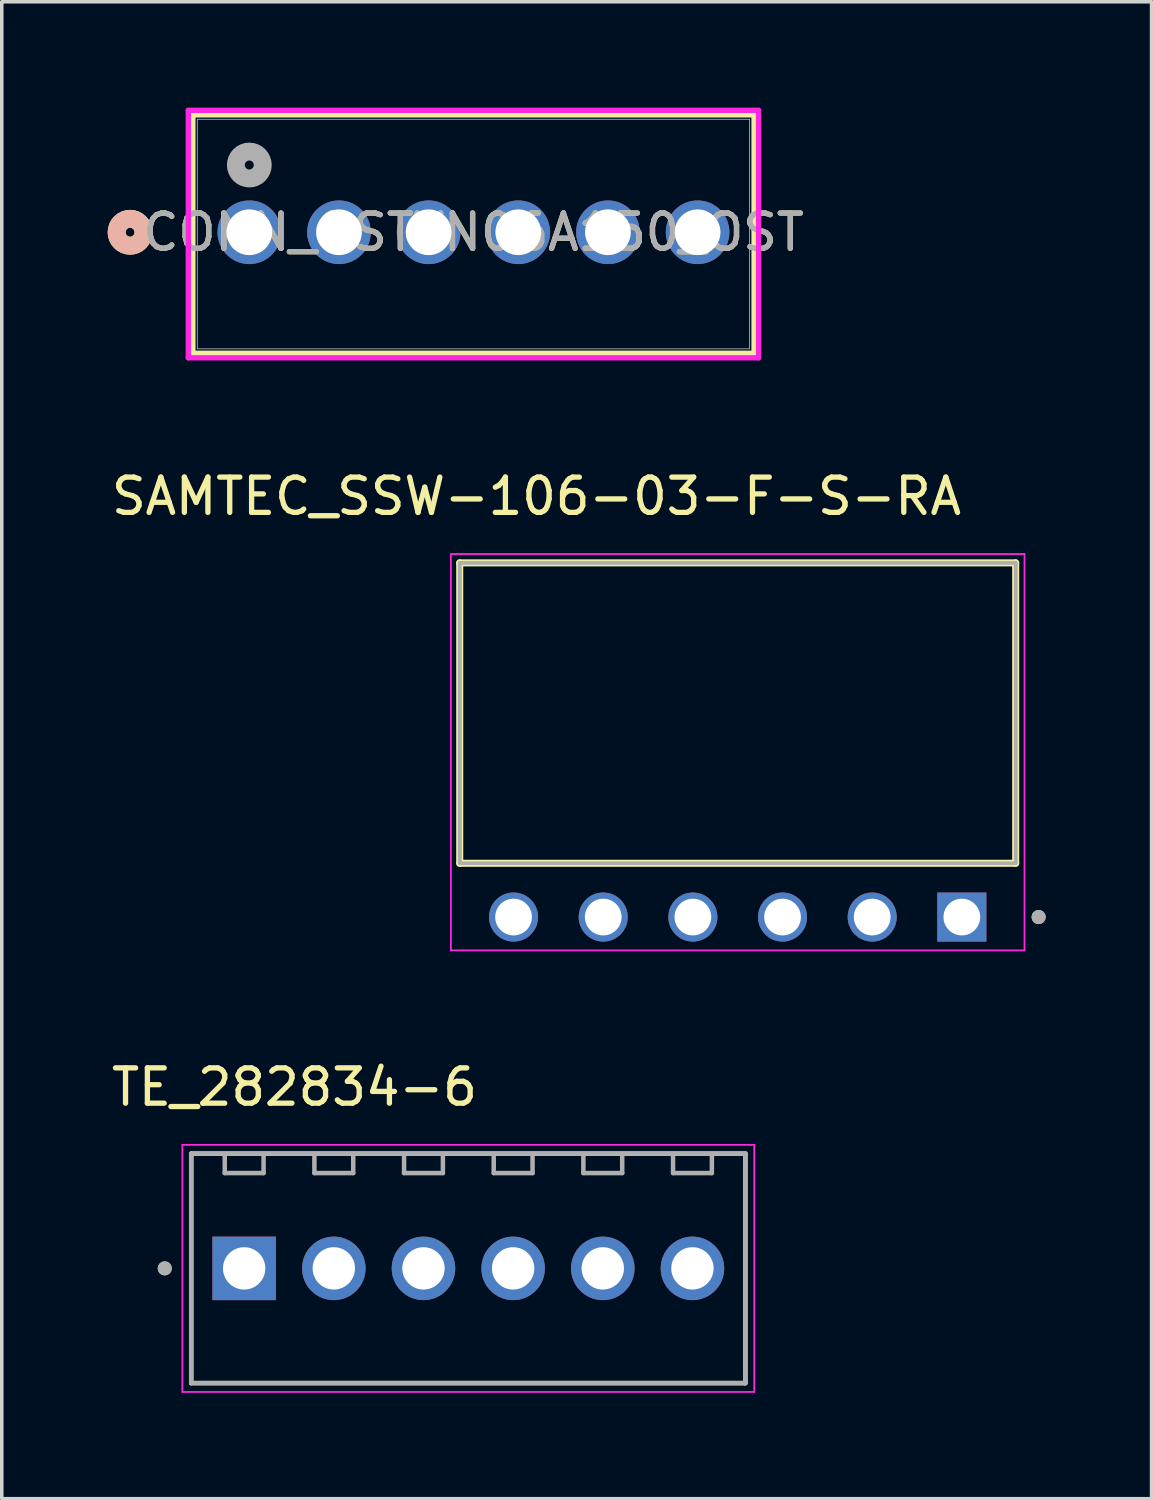
<source format=kicad_pcb>
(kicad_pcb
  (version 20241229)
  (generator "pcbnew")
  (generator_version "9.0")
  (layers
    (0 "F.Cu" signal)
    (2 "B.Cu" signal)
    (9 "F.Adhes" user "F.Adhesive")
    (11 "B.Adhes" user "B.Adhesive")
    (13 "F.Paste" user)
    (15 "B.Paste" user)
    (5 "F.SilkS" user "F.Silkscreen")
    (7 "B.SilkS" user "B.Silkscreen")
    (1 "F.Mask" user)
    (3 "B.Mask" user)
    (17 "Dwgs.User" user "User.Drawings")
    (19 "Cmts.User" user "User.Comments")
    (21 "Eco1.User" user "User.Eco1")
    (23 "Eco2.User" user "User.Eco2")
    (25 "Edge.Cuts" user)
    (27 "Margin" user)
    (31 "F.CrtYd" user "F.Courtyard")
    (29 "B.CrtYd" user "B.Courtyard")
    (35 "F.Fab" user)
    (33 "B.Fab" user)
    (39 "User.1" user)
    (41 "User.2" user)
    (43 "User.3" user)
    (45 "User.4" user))
  (footprint "SAMTEC_SSW-106-03-F-S-RA"
    (layer "F.Cu")
    (at 24.199 22.93)
    (property "Reference" "SAMTEC_SSW-106-03-F-S-RA" (at -12.05 -11.919 0) (layer "F.SilkS") (effects (font (size 1 1) (thickness 0.15))))
    (attr through_hole)
    (fp_line (start -14.225 -1.524) (end -14.225 -10.034) (stroke (width 0.2) (type solid)) (layer "F.SilkS"))
    (fp_line (start 1.525 -10.034) (end -14.225 -10.034) (stroke (width 0.2) (type solid)) (layer "F.SilkS"))
    (fp_line (start 1.525 -10.034) (end 1.525 -1.524) (stroke (width 0.2) (type solid)) (layer "F.SilkS"))
    (fp_line (start 1.525 -1.524) (end -14.225 -1.524) (stroke (width 0.2) (type solid)) (layer "F.SilkS"))
    (fp_circle (center 2.175 0) (end 2.275 0) (stroke (width 0.2) (type solid)) (fill no) (layer "F.SilkS"))
    (fp_line (start -14.475 -10.284) (end 1.775 -10.284) (stroke (width 0.05) (type solid)) (layer "F.CrtYd"))
    (fp_line (start -14.475 0.945) (end -14.475 -10.284) (stroke (width 0.05) (type solid)) (layer "F.CrtYd"))
    (fp_line (start 1.775 -10.284) (end 1.775 0.945) (stroke (width 0.05) (type solid)) (layer "F.CrtYd"))
    (fp_line (start 1.775 0.945) (end -14.475 0.945) (stroke (width 0.05) (type solid)) (layer "F.CrtYd"))
    (fp_line (start -14.225 -10.034) (end 1.525 -10.034) (stroke (width 0.1) (type solid)) (layer "F.Fab"))
    (fp_line (start -14.225 -10.034) (end 1.525 -10.034) (stroke (width 0.1) (type solid)) (layer "F.Fab"))
    (fp_line (start -14.225 -1.524) (end -14.225 -10.034) (stroke (width 0.1) (type solid)) (layer "F.Fab"))
    (fp_line (start -14.225 -1.524) (end -14.225 -10.034) (stroke (width 0.1) (type solid)) (layer "F.Fab"))
    (fp_line (start 1.525 -10.034) (end 1.525 -1.524) (stroke (width 0.1) (type solid)) (layer "F.Fab"))
    (fp_line (start 1.525 -10.034) (end 1.525 -1.524) (stroke (width 0.1) (type solid)) (layer "F.Fab"))
    (fp_line (start 1.525 -1.524) (end -14.225 -1.524) (stroke (width 0.1) (type solid)) (layer "F.Fab"))
    (fp_circle (center 2.175 0) (end 2.275 0) (stroke (width 0.2) (type solid)) (fill no) (layer "F.Fab"))
    (pad "01" thru_hole rect (at 0 0) (size 1.39 1.39) (drill 1.04) (layers "*.Cu" "*.Mask"))
    (pad "02" thru_hole circle (at -2.54 0) (size 1.39 1.39) (drill 1.04) (layers "*.Cu" "*.Mask"))
    (pad "03" thru_hole circle (at -5.08 0) (size 1.39 1.39) (drill 1.04) (layers "*.Cu" "*.Mask"))
    (pad "04" thru_hole circle (at -7.62 0) (size 1.39 1.39) (drill 1.04) (layers "*.Cu" "*.Mask"))
    (pad "05" thru_hole circle (at -10.16 0) (size 1.39 1.39) (drill 1.04) (layers "*.Cu" "*.Mask"))
    (pad "06" thru_hole circle (at -12.7 0) (size 1.39 1.39) (drill 1.04) (layers "*.Cu" "*.Mask")))
  (footprint "TE_282834-6"
    (layer "F.Cu")
    (at 10.217 32.883)
    (property "Reference" "TE_282834-6" (at -4.925 -5.135 0) (layer "F.SilkS") (effects (font (size 1 1) (thickness 0.15))))
    (attr through_hole)
    (fp_line (start -7.85 -3.25) (end 7.85 -3.25) (stroke (width 0.127) (type solid)) (layer "F.SilkS"))
    (fp_line (start -7.85 3.25) (end -7.85 -3.25) (stroke (width 0.127) (type solid)) (layer "F.SilkS"))
    (fp_line (start 7.85 -3.25) (end 7.85 3.25) (stroke (width 0.127) (type solid)) (layer "F.SilkS"))
    (fp_line (start 7.85 3.25) (end -7.85 3.25) (stroke (width 0.127) (type solid)) (layer "F.SilkS"))
    (fp_circle (center -8.6 0) (end -8.5 0) (stroke (width 0.2) (type solid)) (fill no) (layer "F.SilkS"))
    (fp_line (start -8.1 -3.5) (end -8.1 3.5) (stroke (width 0.05) (type solid)) (layer "F.CrtYd"))
    (fp_line (start -8.1 3.5) (end 8.1 3.5) (stroke (width 0.05) (type solid)) (layer "F.CrtYd"))
    (fp_line (start 8.1 -3.5) (end -8.1 -3.5) (stroke (width 0.05) (type solid)) (layer "F.CrtYd"))
    (fp_line (start 8.1 3.5) (end 8.1 -3.5) (stroke (width 0.05) (type solid)) (layer "F.CrtYd"))
    (fp_line (start -7.85 -3.25) (end 7.85 -3.25) (stroke (width 0.127) (type solid)) (layer "F.Fab"))
    (fp_line (start -7.85 3.25) (end -7.85 -3.25) (stroke (width 0.127) (type solid)) (layer "F.Fab"))
    (fp_line (start -6.9 -2.7) (end -6.9 -3.2) (stroke (width 0.127) (type solid)) (layer "F.Fab"))
    (fp_line (start -6.9 -2.7) (end -5.8 -2.7) (stroke (width 0.127) (type solid)) (layer "F.Fab"))
    (fp_line (start -5.8 -2.7) (end -5.8 -3.2) (stroke (width 0.127) (type solid)) (layer "F.Fab"))
    (fp_line (start -4.36 -2.7) (end -4.36 -3.2) (stroke (width 0.127) (type solid)) (layer "F.Fab"))
    (fp_line (start -4.36 -2.7) (end -3.26 -2.7) (stroke (width 0.127) (type solid)) (layer "F.Fab"))
    (fp_line (start -3.26 -2.7) (end -3.26 -3.2) (stroke (width 0.127) (type solid)) (layer "F.Fab"))
    (fp_line (start -1.82 -2.7) (end -1.82 -3.2) (stroke (width 0.127) (type solid)) (layer "F.Fab"))
    (fp_line (start -1.82 -2.7) (end -0.72 -2.7) (stroke (width 0.127) (type solid)) (layer "F.Fab"))
    (fp_line (start -0.72 -2.7) (end -0.72 -3.2) (stroke (width 0.127) (type solid)) (layer "F.Fab"))
    (fp_line (start 0.72 -2.7) (end 0.72 -3.2) (stroke (width 0.127) (type solid)) (layer "F.Fab"))
    (fp_line (start 0.72 -2.7) (end 1.82 -2.7) (stroke (width 0.127) (type solid)) (layer "F.Fab"))
    (fp_line (start 1.82 -2.7) (end 1.82 -3.2) (stroke (width 0.127) (type solid)) (layer "F.Fab"))
    (fp_line (start 3.26 -2.7) (end 3.26 -3.2) (stroke (width 0.127) (type solid)) (layer "F.Fab"))
    (fp_line (start 3.26 -2.7) (end 4.36 -2.7) (stroke (width 0.127) (type solid)) (layer "F.Fab"))
    (fp_line (start 4.36 -2.7) (end 4.36 -3.2) (stroke (width 0.127) (type solid)) (layer "F.Fab"))
    (fp_line (start 5.8 -2.7) (end 5.8 -3.2) (stroke (width 0.127) (type solid)) (layer "F.Fab"))
    (fp_line (start 5.8 -2.7) (end 6.9 -2.7) (stroke (width 0.127) (type solid)) (layer "F.Fab"))
    (fp_line (start 6.9 -2.7) (end 6.9 -3.2) (stroke (width 0.127) (type solid)) (layer "F.Fab"))
    (fp_line (start 7.85 -3.25) (end 7.85 3.25) (stroke (width 0.127) (type solid)) (layer "F.Fab"))
    (fp_line (start 7.85 3.25) (end -7.85 3.25) (stroke (width 0.127) (type solid)) (layer "F.Fab"))
    (fp_circle (center -8.6 0) (end -8.5 0) (stroke (width 0.2) (type solid)) (fill no) (layer "F.Fab"))
    (pad "1" thru_hole rect (at -6.35 0) (size 1.8 1.8) (drill 1.2) (layers "*.Cu" "*.Mask"))
    (pad "2" thru_hole circle (at -3.81 0) (size 1.8 1.8) (drill 1.2) (layers "*.Cu" "*.Mask"))
    (pad "3" thru_hole circle (at -1.27 0) (size 1.8 1.8) (drill 1.2) (layers "*.Cu" "*.Mask"))
    (pad "4" thru_hole circle (at 1.27 0) (size 1.8 1.8) (drill 1.2) (layers "*.Cu" "*.Mask"))
    (pad "5" thru_hole circle (at 3.81 0) (size 1.8 1.8) (drill 1.2) (layers "*.Cu" "*.Mask"))
    (pad "6" thru_hole circle (at 6.35 0) (size 1.8 1.8) (drill 1.2) (layers "*.Cu" "*.Mask")))
  (footprint "CONN_OSTVN06A150_OST"
    (layer "F.Cu")
    (at 4.013 3.53)
    (property "Reference" "CONN_OSTVN06A150_OST" (at 6.35 0 0) (unlocked yes) (layer "F.SilkS") (effects (font (size 1 1) (thickness 0.15))))
    (attr through_hole)
    (fp_line (start -1.6 -3.327) (end -1.6 3.429) (stroke (width 0.152) (type solid)) (layer "F.SilkS"))
    (fp_line (start -1.6 3.429) (end 14.3 3.429) (stroke (width 0.152) (type solid)) (layer "F.SilkS"))
    (fp_line (start 14.3 -3.327) (end -1.6 -3.327) (stroke (width 0.152) (type solid)) (layer "F.SilkS"))
    (fp_line (start 14.3 3.429) (end 14.3 -3.327) (stroke (width 0.152) (type solid)) (layer "F.SilkS"))
    (fp_circle (center -3.378 0) (end -2.997 0) (stroke (width 0.508) (type solid)) (fill no) (layer "F.SilkS"))
    (fp_circle (center -3.378 0) (end -2.997 0) (stroke (width 0.508) (type solid)) (fill no) (layer "B.SilkS"))
    (fp_line (start -1.727 -3.454) (end -1.727 3.556) (stroke (width 0.152) (type solid)) (layer "F.CrtYd"))
    (fp_line (start -1.727 3.556) (end 14.427 3.556) (stroke (width 0.152) (type solid)) (layer "F.CrtYd"))
    (fp_line (start 14.427 -3.454) (end -1.727 -3.454) (stroke (width 0.152) (type solid)) (layer "F.CrtYd"))
    (fp_line (start 14.427 3.556) (end 14.427 -3.454) (stroke (width 0.152) (type solid)) (layer "F.CrtYd"))
    (fp_line (start -1.473 -3.2) (end -1.473 3.302) (stroke (width 0.025) (type solid)) (layer "F.Fab"))
    (fp_line (start -1.473 3.302) (end 14.173 3.302) (stroke (width 0.025) (type solid)) (layer "F.Fab"))
    (fp_line (start 14.173 -3.2) (end -1.473 -3.2) (stroke (width 0.025) (type solid)) (layer "F.Fab"))
    (fp_line (start 14.173 3.302) (end 14.173 -3.2) (stroke (width 0.025) (type solid)) (layer "F.Fab"))
    (fp_circle (center 0 -1.905) (end 0.381 -1.905) (stroke (width 0.508) (type solid)) (fill no) (layer "F.Fab"))
    (fp_text user "${REFERENCE}" (at 6.35 0 0) (unlocked yes) (layer "F.Fab") (effects (font (size 1 1) (thickness 0.15))))
    (pad "1" thru_hole circle (at 0 0) (size 1.803 1.803) (drill 1.295) (layers "*.Cu" "*.Mask"))
    (pad "2" thru_hole circle (at 2.54 0) (size 1.803 1.803) (drill 1.295) (layers "*.Cu" "*.Mask"))
    (pad "3" thru_hole circle (at 5.08 0) (size 1.803 1.803) (drill 1.295) (layers "*.Cu" "*.Mask"))
    (pad "4" thru_hole circle (at 7.62 0) (size 1.803 1.803) (drill 1.295) (layers "*.Cu" "*.Mask"))
    (pad "5" thru_hole circle (at 10.16 0) (size 1.803 1.803) (drill 1.295) (layers "*.Cu" "*.Mask"))
    (pad "6" thru_hole circle (at 12.7 0) (size 1.803 1.803) (drill 1.295) (layers "*.Cu" "*.Mask")))
  (gr_rect
    (start -3 -3)
    (end 29.574 39.408)
    (stroke (width 0.1) (type default))
    (fill no)
    (layer "Edge.Cuts")))
</source>
